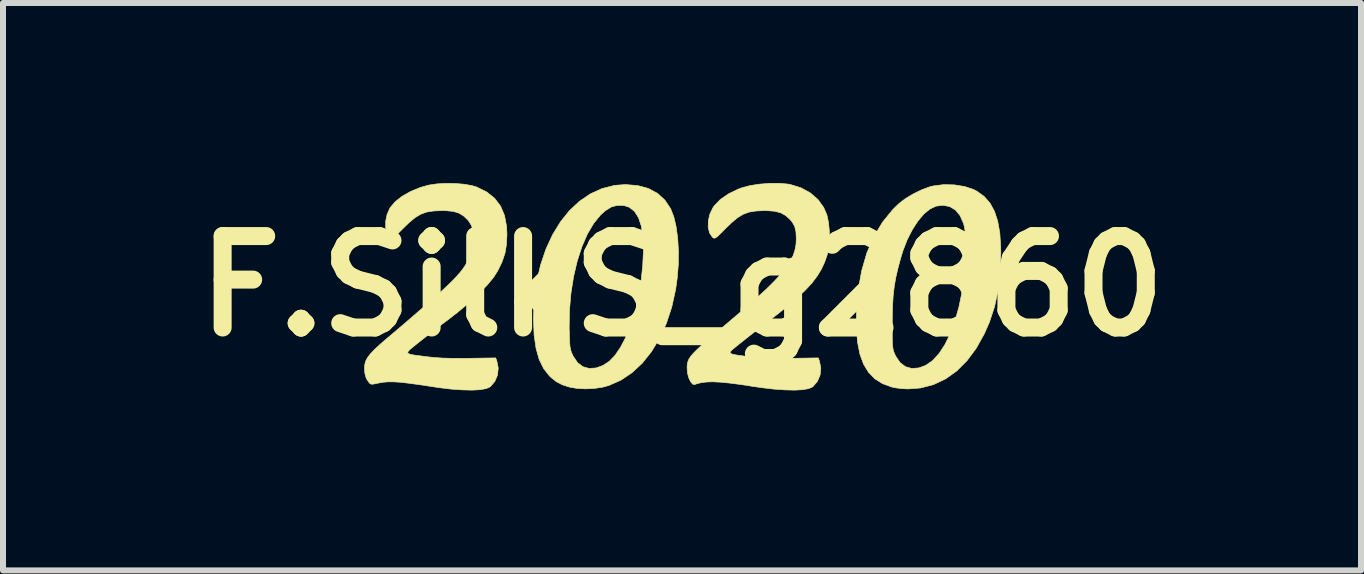
<source format=kicad_pcb>
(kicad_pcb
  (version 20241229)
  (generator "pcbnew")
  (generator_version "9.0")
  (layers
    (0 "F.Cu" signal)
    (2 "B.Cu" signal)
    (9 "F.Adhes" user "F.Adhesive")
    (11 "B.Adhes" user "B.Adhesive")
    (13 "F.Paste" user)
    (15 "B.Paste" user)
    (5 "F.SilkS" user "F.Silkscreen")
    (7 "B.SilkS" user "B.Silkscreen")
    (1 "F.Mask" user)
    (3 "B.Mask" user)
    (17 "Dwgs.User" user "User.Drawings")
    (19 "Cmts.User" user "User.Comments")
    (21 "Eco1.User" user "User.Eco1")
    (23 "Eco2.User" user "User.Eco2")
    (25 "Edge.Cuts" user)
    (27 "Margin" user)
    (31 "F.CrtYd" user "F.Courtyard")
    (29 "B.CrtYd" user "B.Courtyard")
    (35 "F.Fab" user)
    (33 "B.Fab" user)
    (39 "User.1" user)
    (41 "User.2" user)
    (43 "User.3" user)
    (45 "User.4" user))
  (footprint "F.SilkS_g2860"
    (layer "F.Cu")
    (at 8.317 1.719)
    (property "Reference" "F.SilkS_g2860" (at 0 0 0) (layer "F.SilkS") (effects (font (size 1.524 1.524) (thickness 0.3))))
    (attr through_hole)
    (fp_poly (pts (xy -0.738 -1.676) (xy -0.559 -1.627) (xy -0.408 -1.546) (xy -0.285 -1.433) (xy -0.189 -1.289) (xy -0.137 -1.155) (xy -0.098 -0.988) (xy -0.072 -0.796) (xy -0.06 -0.585) (xy -0.062 -0.362) (xy -0.08 -0.136) (xy -0.106 0.053) (xy -0.171 0.348) (xy -0.261 0.621) (xy -0.374 0.869) (xy -0.509 1.091) (xy -0.662 1.283) (xy -0.833 1.442) (xy -1.019 1.567) (xy -1.219 1.655) (xy -1.315 1.682) (xy -1.455 1.704) (xy -1.61 1.712) (xy -1.759 1.703) (xy -1.879 1.682) (xy -1.997 1.643) (xy -2.091 1.595) (xy -2.177 1.527) (xy -2.211 1.495) (xy -2.307 1.373) (xy -2.381 1.221) (xy -2.433 1.037) (xy -2.465 0.82) (xy -2.47 0.7) (xy -1.881 0.7) (xy -1.88 0.72) (xy -1.877 0.846) (xy -1.873 0.94) (xy -1.867 1.008) (xy -1.857 1.06) (xy -1.843 1.105) (xy -1.822 1.151) (xy -1.814 1.168) (xy -1.743 1.273) (xy -1.654 1.342) (xy -1.548 1.372) (xy -1.43 1.363) (xy -1.315 1.32) (xy -1.213 1.253) (xy -1.117 1.154) (xy -1.026 1.021) (xy -0.94 0.857) (xy -0.851 0.647) (xy -0.779 0.422) (xy -0.723 0.176) (xy -0.681 -0.098) (xy -0.655 -0.35) (xy -0.642 -0.603) (xy -0.65 -0.819) (xy -0.678 -0.999) (xy -0.725 -1.141) (xy -0.793 -1.247) (xy -0.88 -1.315) (xy -0.966 -1.343) (xy -1.076 -1.347) (xy -1.178 -1.32) (xy -1.279 -1.257) (xy -1.356 -1.188) (xy -1.473 -1.045) (xy -1.578 -0.867) (xy -1.669 -0.657) (xy -1.746 -0.42) (xy -1.807 -0.161) (xy -1.851 0.115) (xy -1.876 0.404) (xy -1.881 0.7) (xy -2.47 0.7) (xy -2.476 0.567) (xy -2.477 0.548) (xy -2.463 0.23) (xy -2.422 -0.072) (xy -2.357 -0.355) (xy -2.268 -0.618) (xy -2.157 -0.858) (xy -2.026 -1.072) (xy -1.877 -1.258) (xy -1.71 -1.414) (xy -1.528 -1.538) (xy -1.332 -1.627) (xy -1.123 -1.68) (xy -0.943 -1.693) (xy -0.738 -1.676)) (stroke (width 0.01) (type solid)) (fill yes) (layer "F.SilkS"))
    (fp_poly (pts (xy 4.538 -1.688) (xy 4.707 -1.661) (xy 4.856 -1.612) (xy 4.916 -1.581) (xy 5.036 -1.494) (xy 5.133 -1.384) (xy 5.207 -1.248) (xy 5.261 -1.084) (xy 5.296 -0.888) (xy 5.311 -0.658) (xy 5.313 -0.552) (xy 5.302 -0.227) (xy 5.267 0.068) (xy 5.209 0.341) (xy 5.124 0.598) (xy 5.038 0.794) (xy 4.903 1.036) (xy 4.749 1.243) (xy 4.579 1.413) (xy 4.392 1.546) (xy 4.191 1.641) (xy 3.976 1.697) (xy 3.768 1.713) (xy 3.669 1.708) (xy 3.568 1.696) (xy 3.493 1.681) (xy 3.34 1.624) (xy 3.211 1.543) (xy 3.107 1.435) (xy 3.025 1.299) (xy 2.964 1.132) (xy 2.925 0.933) (xy 2.911 0.751) (xy 3.504 0.751) (xy 3.504 0.864) (xy 3.506 0.947) (xy 3.511 1.009) (xy 3.518 1.055) (xy 3.529 1.093) (xy 3.544 1.13) (xy 3.562 1.168) (xy 3.633 1.273) (xy 3.723 1.342) (xy 3.828 1.372) (xy 3.946 1.363) (xy 4.062 1.32) (xy 4.176 1.241) (xy 4.283 1.124) (xy 4.382 0.973) (xy 4.47 0.791) (xy 4.548 0.583) (xy 4.614 0.351) (xy 4.666 0.1) (xy 4.702 -0.166) (xy 4.723 -0.444) (xy 4.727 -0.593) (xy 4.727 -0.733) (xy 4.724 -0.84) (xy 4.717 -0.923) (xy 4.706 -0.991) (xy 4.691 -1.047) (xy 4.635 -1.174) (xy 4.558 -1.268) (xy 4.46 -1.327) (xy 4.347 -1.348) (xy 4.232 -1.333) (xy 4.132 -1.286) (xy 4.031 -1.203) (xy 3.932 -1.086) (xy 3.839 -0.942) (xy 3.754 -0.776) (xy 3.682 -0.591) (xy 3.653 -0.497) (xy 3.602 -0.312) (xy 3.563 -0.146) (xy 3.536 0.012) (xy 3.518 0.173) (xy 3.508 0.349) (xy 3.504 0.553) (xy 3.504 0.603) (xy 3.504 0.751) (xy 2.911 0.751) (xy 2.906 0.699) (xy 2.907 0.429) (xy 2.907 0.423) (xy 2.935 0.073) (xy 2.993 -0.253) (xy 3.08 -0.553) (xy 3.197 -0.824) (xy 3.342 -1.067) (xy 3.515 -1.279) (xy 3.614 -1.375) (xy 3.723 -1.459) (xy 3.855 -1.538) (xy 3.995 -1.606) (xy 4.129 -1.656) (xy 4.187 -1.67) (xy 4.36 -1.692) (xy 4.538 -1.688)) (stroke (width 0.01) (type solid)) (fill yes) (layer "F.SilkS"))
    (fp_poly (pts (xy -3.784 -1.711) (xy -3.635 -1.699) (xy -3.504 -1.676) (xy -3.423 -1.652) (xy -3.256 -1.57) (xy -3.124 -1.465) (xy -3.025 -1.335) (xy -2.959 -1.179) (xy -2.924 -0.995) (xy -2.918 -0.864) (xy -2.926 -0.695) (xy -2.951 -0.548) (xy -2.999 -0.406) (xy -3.066 -0.265) (xy -3.138 -0.15) (xy -3.245 -0.02) (xy -3.382 0.122) (xy -3.546 0.274) (xy -3.733 0.43) (xy -3.873 0.539) (xy -3.993 0.63) (xy -4.12 0.727) (xy -4.243 0.823) (xy -4.35 0.907) (xy -4.397 0.944) (xy -4.482 1.012) (xy -4.541 1.061) (xy -4.57 1.095) (xy -4.569 1.118) (xy -4.533 1.135) (xy -4.463 1.149) (xy -4.354 1.163) (xy -4.265 1.175) (xy -4.136 1.189) (xy -3.994 1.199) (xy -3.832 1.203) (xy -3.64 1.204) (xy -3.558 1.203) (xy -3.106 1.196) (xy -3.086 1.249) (xy -3.063 1.365) (xy -3.075 1.482) (xy -3.12 1.588) (xy -3.193 1.673) (xy -3.203 1.681) (xy -3.267 1.708) (xy -3.368 1.726) (xy -3.501 1.733) (xy -3.661 1.729) (xy -3.846 1.716) (xy -4.05 1.692) (xy -4.18 1.672) (xy -4.385 1.641) (xy -4.554 1.618) (xy -4.692 1.602) (xy -4.806 1.595) (xy -4.9 1.595) (xy -4.98 1.601) (xy -5.053 1.614) (xy -5.053 1.614) (xy -5.126 1.63) (xy -5.17 1.635) (xy -5.196 1.627) (xy -5.214 1.611) (xy -5.262 1.539) (xy -5.286 1.456) (xy -5.292 1.37) (xy -5.288 1.308) (xy -5.273 1.25) (xy -5.243 1.193) (xy -5.195 1.13) (xy -5.126 1.057) (xy -5.03 0.968) (xy -4.904 0.859) (xy -4.896 0.853) (xy -4.665 0.657) (xy -4.465 0.485) (xy -4.291 0.335) (xy -4.144 0.206) (xy -4.019 0.093) (xy -3.914 -0.004) (xy -3.828 -0.088) (xy -3.757 -0.162) (xy -3.699 -0.228) (xy -3.652 -0.289) (xy -3.613 -0.346) (xy -3.58 -0.403) (xy -3.551 -0.461) (xy -3.549 -0.466) (xy -3.495 -0.61) (xy -3.471 -0.754) (xy -3.475 -0.889) (xy -3.507 -1.007) (xy -3.56 -1.092) (xy -3.637 -1.167) (xy -3.718 -1.217) (xy -3.814 -1.246) (xy -3.935 -1.258) (xy -4 -1.259) (xy -4.14 -1.253) (xy -4.255 -1.235) (xy -4.355 -1.199) (xy -4.451 -1.141) (xy -4.553 -1.056) (xy -4.642 -0.969) (xy -4.72 -0.891) (xy -4.774 -0.839) (xy -4.81 -0.81) (xy -4.834 -0.799) (xy -4.853 -0.803) (xy -4.87 -0.816) (xy -4.916 -0.884) (xy -4.939 -0.977) (xy -4.939 -1.084) (xy -4.916 -1.194) (xy -4.871 -1.297) (xy -4.867 -1.304) (xy -4.784 -1.404) (xy -4.667 -1.497) (xy -4.522 -1.579) (xy -4.358 -1.646) (xy -4.218 -1.685) (xy -4.088 -1.704) (xy -3.939 -1.713) (xy -3.784 -1.711)) (stroke (width 0.01) (type solid)) (fill yes) (layer "F.SilkS"))
    (fp_poly (pts (xy 1.759 -1.702) (xy 1.805 -1.694) (xy 1.982 -1.639) (xy 2.137 -1.555) (xy 2.265 -1.444) (xy 2.361 -1.311) (xy 2.414 -1.189) (xy 2.442 -1.058) (xy 2.456 -0.906) (xy 2.455 -0.75) (xy 2.44 -0.607) (xy 2.422 -0.529) (xy 2.378 -0.402) (xy 2.323 -0.283) (xy 2.253 -0.168) (xy 2.166 -0.053) (xy 2.056 0.066) (xy 1.922 0.193) (xy 1.76 0.332) (xy 1.566 0.487) (xy 1.484 0.55) (xy 1.364 0.643) (xy 1.24 0.738) (xy 1.124 0.829) (xy 1.023 0.909) (xy 0.951 0.966) (xy 0.877 1.026) (xy 0.826 1.069) (xy 0.802 1.099) (xy 0.807 1.12) (xy 0.844 1.135) (xy 0.915 1.149) (xy 1.024 1.164) (xy 1.111 1.175) (xy 1.241 1.189) (xy 1.382 1.199) (xy 1.544 1.203) (xy 1.736 1.204) (xy 1.818 1.203) (xy 2.271 1.196) (xy 2.29 1.249) (xy 2.313 1.365) (xy 2.301 1.482) (xy 2.256 1.588) (xy 2.183 1.673) (xy 2.173 1.681) (xy 2.109 1.708) (xy 2.009 1.726) (xy 1.876 1.733) (xy 1.715 1.729) (xy 1.53 1.716) (xy 1.327 1.692) (xy 1.196 1.673) (xy 0.974 1.639) (xy 0.789 1.615) (xy 0.635 1.6) (xy 0.508 1.594) (xy 0.402 1.598) (xy 0.312 1.61) (xy 0.234 1.631) (xy 0.211 1.64) (xy 0.177 1.633) (xy 0.143 1.593) (xy 0.113 1.53) (xy 0.092 1.454) (xy 0.085 1.377) (xy 0.085 1.331) (xy 0.089 1.29) (xy 0.1 1.25) (xy 0.118 1.21) (xy 0.149 1.165) (xy 0.194 1.113) (xy 0.256 1.051) (xy 0.337 0.976) (xy 0.441 0.884) (xy 0.571 0.773) (xy 0.729 0.64) (xy 0.836 0.549) (xy 1.059 0.359) (xy 1.251 0.191) (xy 1.413 0.042) (xy 1.547 -0.091) (xy 1.655 -0.21) (xy 1.741 -0.318) (xy 1.806 -0.418) (xy 1.853 -0.513) (xy 1.883 -0.606) (xy 1.9 -0.699) (xy 1.904 -0.787) (xy 1.899 -0.904) (xy 1.879 -0.991) (xy 1.84 -1.063) (xy 1.803 -1.108) (xy 1.727 -1.177) (xy 1.645 -1.222) (xy 1.548 -1.248) (xy 1.424 -1.258) (xy 1.376 -1.259) (xy 1.236 -1.253) (xy 1.121 -1.235) (xy 1.021 -1.199) (xy 0.925 -1.141) (xy 0.824 -1.056) (xy 0.734 -0.969) (xy 0.657 -0.891) (xy 0.603 -0.839) (xy 0.567 -0.81) (xy 0.542 -0.799) (xy 0.524 -0.803) (xy 0.506 -0.816) (xy 0.459 -0.886) (xy 0.436 -0.98) (xy 0.438 -1.087) (xy 0.463 -1.198) (xy 0.512 -1.302) (xy 0.537 -1.339) (xy 0.638 -1.444) (xy 0.774 -1.538) (xy 0.936 -1.617) (xy 1.005 -1.642) (xy 1.135 -1.676) (xy 1.29 -1.7) (xy 1.456 -1.713) (xy 1.617 -1.714) (xy 1.759 -1.702)) (stroke (width 0.01) (type solid)) (fill yes) (layer "F.SilkS")))
  (gr_rect
    (start -3 -3)
    (end 19.633 6.456)
    (stroke (width 0.1) (type default))
    (fill no)
    (layer "Edge.Cuts")))
</source>
